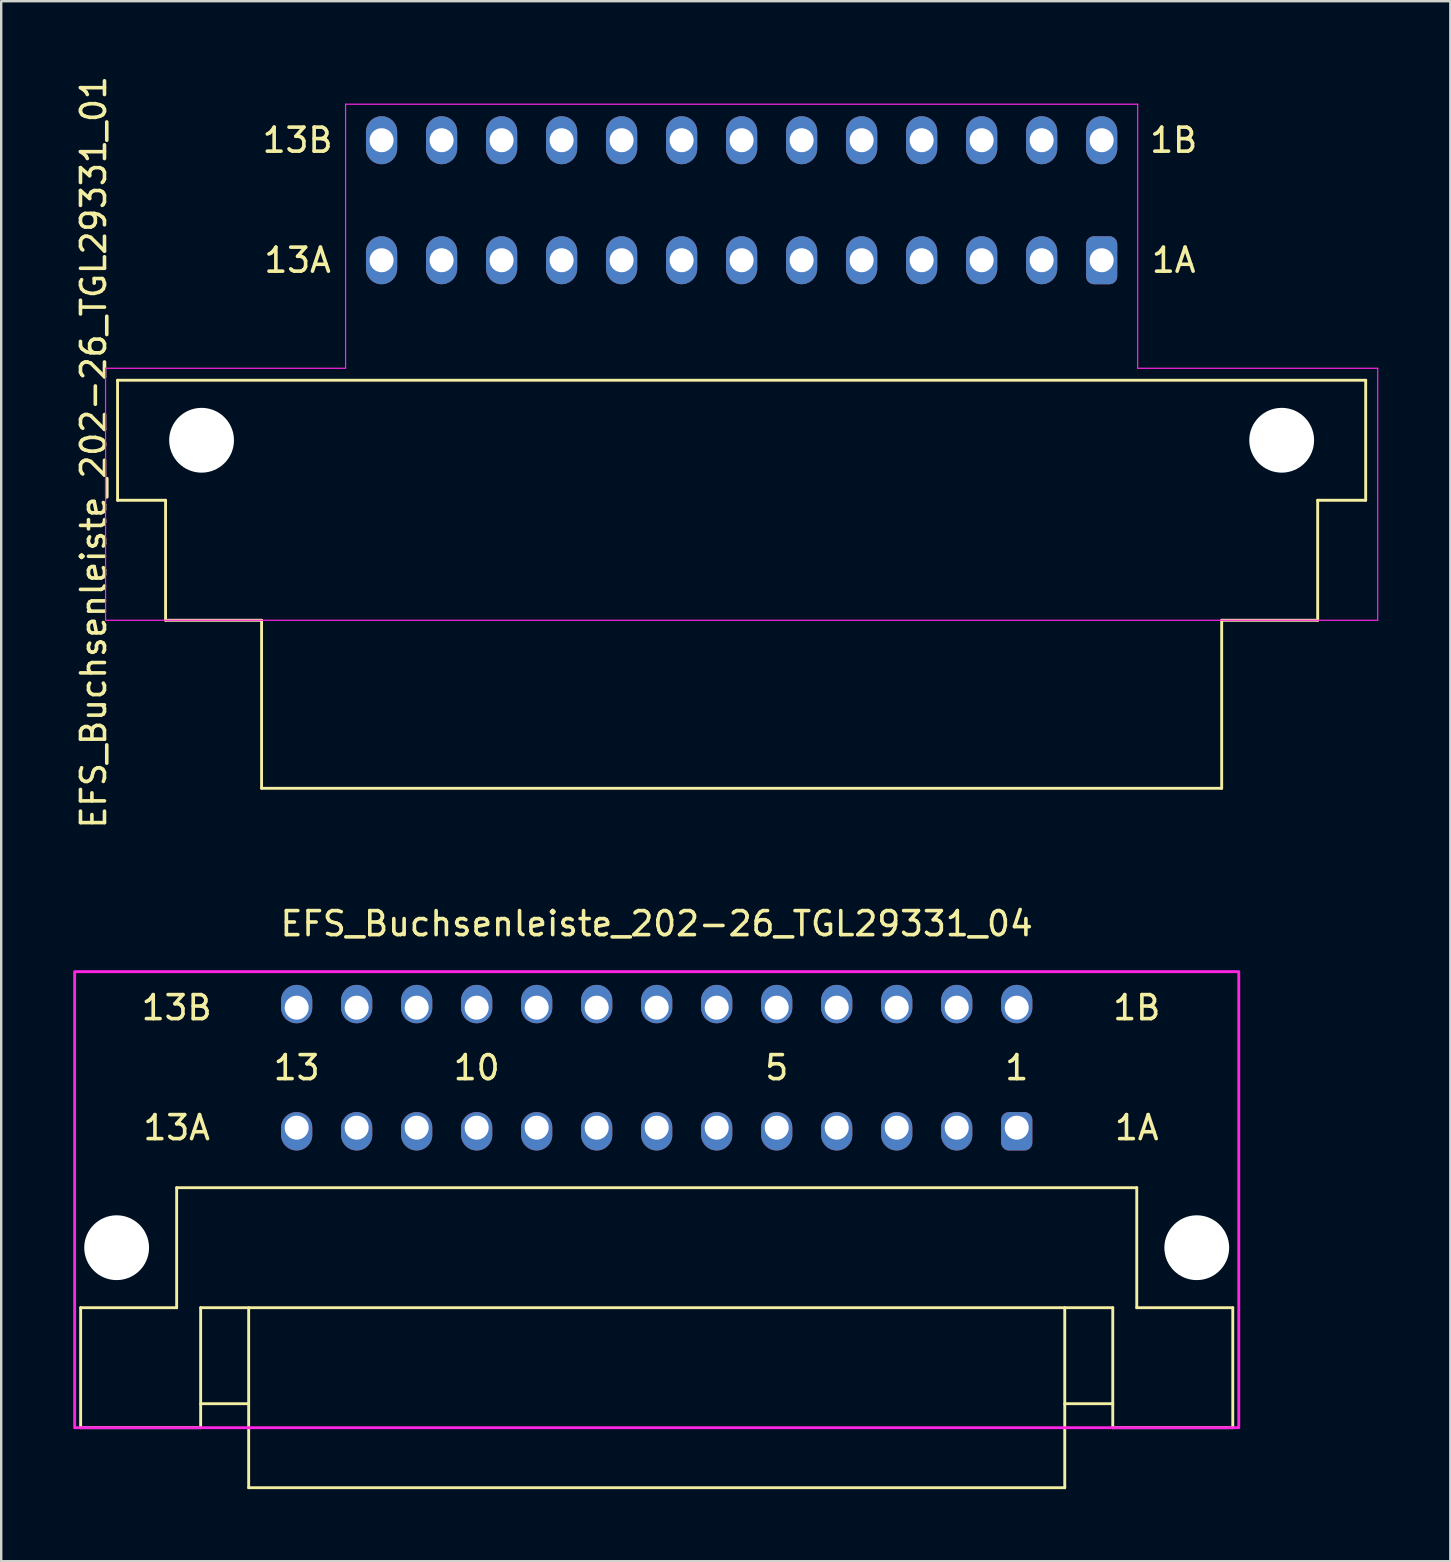
<source format=kicad_pcb>
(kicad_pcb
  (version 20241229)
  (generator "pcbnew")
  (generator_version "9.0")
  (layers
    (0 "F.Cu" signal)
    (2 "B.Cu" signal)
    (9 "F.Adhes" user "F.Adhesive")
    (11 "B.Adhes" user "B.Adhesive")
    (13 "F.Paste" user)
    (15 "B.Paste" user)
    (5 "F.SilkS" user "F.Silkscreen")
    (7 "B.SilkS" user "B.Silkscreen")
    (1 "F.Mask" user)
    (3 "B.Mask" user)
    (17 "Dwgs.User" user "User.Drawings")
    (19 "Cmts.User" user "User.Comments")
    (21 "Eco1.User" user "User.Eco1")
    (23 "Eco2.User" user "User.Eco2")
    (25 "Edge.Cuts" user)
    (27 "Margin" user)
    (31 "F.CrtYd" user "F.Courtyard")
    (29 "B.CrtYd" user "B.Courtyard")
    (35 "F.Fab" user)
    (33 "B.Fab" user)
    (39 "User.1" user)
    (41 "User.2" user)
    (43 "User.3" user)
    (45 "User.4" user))
  (footprint "EFS_Buchsenleiste_202-26_TGL29331_01"
    (layer "F.Cu")
    (at 27.848 20.292)
    (property "Reference" "EFS_Buchsenleiste_202-26_TGL29331_01" (at -27 -4.5 90) (layer "F.SilkS") (effects (font (size 1 1) (thickness 0.15))))
    (attr through_hole)
    (fp_line (start -26 -7.5) (end -26 -2.5) (stroke (width 0.12) (type solid)) (layer "F.SilkS"))
    (fp_line (start -26 -7.5) (end 26 -7.5) (stroke (width 0.12) (type solid)) (layer "F.SilkS"))
    (fp_line (start -26 -2.5) (end -24 -2.5) (stroke (width 0.12) (type solid)) (layer "F.SilkS"))
    (fp_line (start -24 -2.5) (end -24 2.5) (stroke (width 0.12) (type solid)) (layer "F.SilkS"))
    (fp_line (start -24 2.5) (end -20 2.5) (stroke (width 0.12) (type solid)) (layer "F.SilkS"))
    (fp_line (start -20 2.5) (end -20 9.5) (stroke (width 0.12) (type solid)) (layer "F.SilkS"))
    (fp_line (start -20 9.5) (end 20 9.5) (stroke (width 0.12) (type solid)) (layer "F.SilkS"))
    (fp_line (start 20 2.5) (end 24 2.5) (stroke (width 0.12) (type solid)) (layer "F.SilkS"))
    (fp_line (start 20 9.5) (end 20 2.5) (stroke (width 0.12) (type solid)) (layer "F.SilkS"))
    (fp_line (start 24 -2.5) (end 26 -2.5) (stroke (width 0.12) (type solid)) (layer "F.SilkS"))
    (fp_line (start 24 2.5) (end 24 -2.5) (stroke (width 0.12) (type solid)) (layer "F.SilkS"))
    (fp_line (start 26 -2.5) (end 26 -7.5) (stroke (width 0.12) (type solid)) (layer "F.SilkS"))
    (fp_line (start -26.5 2.5) (end -26.5 -8) (stroke (width 0.05) (type solid)) (layer "F.CrtYd"))
    (fp_line (start -16.5 -19) (end 16.5 -19) (stroke (width 0.05) (type solid)) (layer "F.CrtYd"))
    (fp_line (start -16.5 -8) (end -26.5 -8) (stroke (width 0.05) (type solid)) (layer "F.CrtYd"))
    (fp_line (start -16.5 -8) (end -16.5 -19) (stroke (width 0.05) (type solid)) (layer "F.CrtYd"))
    (fp_line (start 16.5 -19) (end 16.5 -8) (stroke (width 0.05) (type solid)) (layer "F.CrtYd"))
    (fp_line (start 16.5 -8) (end 26.5 -8) (stroke (width 0.05) (type solid)) (layer "F.CrtYd"))
    (fp_line (start 26.5 -8) (end 26.5 2.5) (stroke (width 0.05) (type solid)) (layer "F.CrtYd"))
    (fp_line (start 26.5 2.5) (end -26.5 2.5) (stroke (width 0.05) (type solid)) (layer "F.CrtYd"))
    (fp_text user "1B" (at 18 -17.5 0) (layer "F.SilkS") (effects (font (size 1 1) (thickness 0.15))))
    (fp_text user "1A" (at 18 -12.5 0) (layer "F.SilkS") (effects (font (size 1 1) (thickness 0.15))))
    (fp_text user "13A" (at -18.5 -12.5 0) (layer "F.SilkS") (effects (font (size 1 1) (thickness 0.15))))
    (fp_text user "13B" (at -18.5 -17.5 0) (layer "F.SilkS") (effects (font (size 1 1) (thickness 0.15))))
    (pad "" np_thru_hole circle (at -22.5 -5) (size 2.7 2.7) (drill 2.7) (layers "*.Cu" "*.Mask"))
    (pad "" np_thru_hole circle (at 22.5 -5) (size 2.7 2.7) (drill 2.7) (layers "*.Cu" "*.Mask"))
    (pad "1a" thru_hole roundrect (at 15 -12.5) (size 1.3 2) (drill 1) (layers "*.Cu" "*.Mask") (roundrect_rratio 0.25))
    (pad "1b" thru_hole oval (at 15 -17.5) (size 1.3 2) (drill 1) (layers "*.Cu" "*.Mask"))
    (pad "2a" thru_hole oval (at 12.5 -12.5) (size 1.3 2) (drill 1) (layers "*.Cu" "*.Mask"))
    (pad "2b" thru_hole oval (at 12.5 -17.5) (size 1.3 2) (drill 1) (layers "*.Cu" "*.Mask"))
    (pad "3a" thru_hole oval (at 10 -12.5) (size 1.3 2) (drill 1) (layers "*.Cu" "*.Mask"))
    (pad "3b" thru_hole oval (at 10 -17.5) (size 1.3 2) (drill 1) (layers "*.Cu" "*.Mask"))
    (pad "4a" thru_hole oval (at 7.5 -12.5) (size 1.3 2) (drill 1) (layers "*.Cu" "*.Mask"))
    (pad "4b" thru_hole oval (at 7.5 -17.5) (size 1.3 2) (drill 1) (layers "*.Cu" "*.Mask"))
    (pad "5a" thru_hole oval (at 5 -12.5) (size 1.3 2) (drill 1) (layers "*.Cu" "*.Mask"))
    (pad "5b" thru_hole oval (at 5 -17.5) (size 1.3 2) (drill 1) (layers "*.Cu" "*.Mask"))
    (pad "6a" thru_hole oval (at 2.5 -12.5) (size 1.3 2) (drill 1) (layers "*.Cu" "*.Mask"))
    (pad "6b" thru_hole oval (at 2.5 -17.5) (size 1.3 2) (drill 1) (layers "*.Cu" "*.Mask"))
    (pad "7a" thru_hole oval (at 0 -12.5) (size 1.3 2) (drill 1) (layers "*.Cu" "*.Mask"))
    (pad "7b" thru_hole oval (at 0 -17.5) (size 1.3 2) (drill 1) (layers "*.Cu" "*.Mask"))
    (pad "8a" thru_hole oval (at -2.5 -12.5) (size 1.3 2) (drill 1) (layers "*.Cu" "*.Mask"))
    (pad "8b" thru_hole oval (at -2.5 -17.5) (size 1.3 2) (drill 1) (layers "*.Cu" "*.Mask"))
    (pad "9a" thru_hole oval (at -5 -12.5) (size 1.3 2) (drill 1) (layers "*.Cu" "*.Mask"))
    (pad "9b" thru_hole oval (at -5 -17.5) (size 1.3 2) (drill 1) (layers "*.Cu" "*.Mask"))
    (pad "10a" thru_hole oval (at -7.5 -12.5) (size 1.3 2) (drill 1) (layers "*.Cu" "*.Mask"))
    (pad "10b" thru_hole oval (at -7.5 -17.5) (size 1.3 2) (drill 1) (layers "*.Cu" "*.Mask"))
    (pad "11a" thru_hole oval (at -10 -12.5) (size 1.3 2) (drill 1) (layers "*.Cu" "*.Mask"))
    (pad "11b" thru_hole oval (at -10 -17.5) (size 1.3 2) (drill 1) (layers "*.Cu" "*.Mask"))
    (pad "12a" thru_hole oval (at -12.5 -12.5) (size 1.3 2) (drill 1) (layers "*.Cu" "*.Mask"))
    (pad "12b" thru_hole oval (at -12.5 -17.5) (size 1.3 2) (drill 1) (layers "*.Cu" "*.Mask"))
    (pad "13a" thru_hole oval (at -15 -12.5) (size 1.3 2) (drill 1) (layers "*.Cu" "*.Mask"))
    (pad "13b" thru_hole oval (at -15 -17.5) (size 1.3 2) (drill 1) (layers "*.Cu" "*.Mask")))
  (footprint "EFS_Buchsenleiste_202-26_TGL29331_04"
    (layer "F.Cu")
    (at 24.31 56.432)
    (property "Reference" "EFS_Buchsenleiste_202-26_TGL29331_04" (at 0 -21 0) (layer "F.SilkS") (effects (font (size 1 1) (thickness 0.15))))
    (attr through_hole)
    (fp_line (start -24 -5) (end -24 0) (stroke (width 0.12) (type solid)) (layer "F.SilkS"))
    (fp_line (start -24 -5) (end -20 -5) (stroke (width 0.12) (type solid)) (layer "F.SilkS"))
    (fp_line (start -24 0) (end -19 0) (stroke (width 0.12) (type solid)) (layer "F.SilkS"))
    (fp_line (start -20 -10) (end -20 -5) (stroke (width 0.12) (type solid)) (layer "F.SilkS"))
    (fp_line (start -19 -5) (end -19 0) (stroke (width 0.12) (type solid)) (layer "F.SilkS"))
    (fp_line (start -19 -5) (end 19 -5) (stroke (width 0.12) (type solid)) (layer "F.SilkS"))
    (fp_line (start -17 -1) (end -19 -1) (stroke (width 0.12) (type solid)) (layer "F.SilkS"))
    (fp_line (start -17 2.5) (end -17 -5) (stroke (width 0.12) (type solid)) (layer "F.SilkS"))
    (fp_line (start -17 2.5) (end 17 2.5) (stroke (width 0.12) (type solid)) (layer "F.SilkS"))
    (fp_line (start 17 2.5) (end 17 -5) (stroke (width 0.12) (type solid)) (layer "F.SilkS"))
    (fp_line (start 19 -5) (end 19 0) (stroke (width 0.12) (type solid)) (layer "F.SilkS"))
    (fp_line (start 19 -1) (end 17 -1) (stroke (width 0.12) (type solid)) (layer "F.SilkS"))
    (fp_line (start 19 0) (end 24 0) (stroke (width 0.12) (type solid)) (layer "F.SilkS"))
    (fp_line (start 20 -10) (end -20 -10) (stroke (width 0.12) (type solid)) (layer "F.SilkS"))
    (fp_line (start 20 -10) (end 20 -5) (stroke (width 0.12) (type solid)) (layer "F.SilkS"))
    (fp_line (start 20 -5) (end 24 -5) (stroke (width 0.12) (type solid)) (layer "F.SilkS"))
    (fp_line (start 24 -5) (end 24 0) (stroke (width 0.12) (type solid)) (layer "F.SilkS"))
    (fp_rect (start -24.25 -19) (end 24.25 0) (stroke (width 0.12) (type solid)) (fill no) (layer "F.CrtYd"))
    (fp_text user "10" (at -7.5 -15 180) (layer "F.SilkS") (effects (font (size 1 1) (thickness 0.15))))
    (fp_text user "5" (at 5 -15 180) (layer "F.SilkS") (effects (font (size 1 1) (thickness 0.15))))
    (fp_text user "13" (at -15 -15 180) (layer "F.SilkS") (effects (font (size 1 1) (thickness 0.15))))
    (fp_text user "1B" (at 20 -17.5 180) (layer "F.SilkS") (effects (font (size 1 1) (thickness 0.15))))
    (fp_text user "1" (at 15 -15 180) (layer "F.SilkS") (effects (font (size 1 1) (thickness 0.15))))
    (fp_text user "13A" (at -20 -12.5 180) (layer "F.SilkS") (effects (font (size 1 1) (thickness 0.15))))
    (fp_text user "1A" (at 20 -12.5 180) (layer "F.SilkS") (effects (font (size 1 1) (thickness 0.15))))
    (fp_text user "13B" (at -20 -17.5 180) (layer "F.SilkS") (effects (font (size 1 1) (thickness 0.15))))
    (pad "" np_thru_hole circle (at -22.5 -7.5 180) (size 2.7 2.7) (drill 2.7) (layers "*.Cu" "*.Mask"))
    (pad "" np_thru_hole circle (at 22.5 -7.5 180) (size 2.7 2.7) (drill 2.7) (layers "*.Cu" "*.Mask"))
    (pad "1a" thru_hole roundrect (at 15 -12.5 180) (size 1.3 1.6) (drill 1 (offset 0 -0.15)) (layers "*.Cu" "*.Mask") (roundrect_rratio 0.25))
    (pad "1b" thru_hole oval (at 15 -17.5 180) (size 1.3 1.6) (drill 1 (offset 0 0.15)) (layers "*.Cu" "*.Mask"))
    (pad "2a" thru_hole oval (at 12.5 -12.5 180) (size 1.3 1.6) (drill 1 (offset 0 -0.15)) (layers "*.Cu" "*.Mask"))
    (pad "2b" thru_hole oval (at 12.5 -17.5 180) (size 1.3 1.6) (drill 1 (offset 0 0.15)) (layers "*.Cu" "*.Mask"))
    (pad "3a" thru_hole oval (at 10 -12.5 180) (size 1.3 1.6) (drill 1 (offset 0 -0.15)) (layers "*.Cu" "*.Mask"))
    (pad "3b" thru_hole oval (at 10 -17.5 180) (size 1.3 1.6) (drill 1 (offset 0 0.15)) (layers "*.Cu" "*.Mask"))
    (pad "4a" thru_hole oval (at 7.5 -12.5 180) (size 1.3 1.6) (drill 1 (offset 0 -0.15)) (layers "*.Cu" "*.Mask"))
    (pad "4b" thru_hole oval (at 7.5 -17.5 180) (size 1.3 1.6) (drill 1 (offset 0 0.15)) (layers "*.Cu" "*.Mask"))
    (pad "5a" thru_hole oval (at 5 -12.5 180) (size 1.3 1.6) (drill 1 (offset 0 -0.15)) (layers "*.Cu" "*.Mask"))
    (pad "5b" thru_hole oval (at 5 -17.5 180) (size 1.3 1.6) (drill 1 (offset 0 0.15)) (layers "*.Cu" "*.Mask"))
    (pad "6a" thru_hole oval (at 2.5 -12.5 180) (size 1.3 1.6) (drill 1 (offset 0 -0.15)) (layers "*.Cu" "*.Mask"))
    (pad "6b" thru_hole oval (at 2.5 -17.5 180) (size 1.3 1.6) (drill 1 (offset 0 0.15)) (layers "*.Cu" "*.Mask"))
    (pad "7a" thru_hole oval (at 0 -12.5 180) (size 1.3 1.6) (drill 1 (offset 0 -0.15)) (layers "*.Cu" "*.Mask"))
    (pad "7b" thru_hole oval (at 0 -17.5 180) (size 1.3 1.6) (drill 1 (offset 0 0.15)) (layers "*.Cu" "*.Mask"))
    (pad "8a" thru_hole oval (at -2.5 -12.5 180) (size 1.3 1.6) (drill 1 (offset 0 -0.15)) (layers "*.Cu" "*.Mask"))
    (pad "8b" thru_hole oval (at -2.5 -17.5 180) (size 1.3 1.6) (drill 1 (offset 0 0.15)) (layers "*.Cu" "*.Mask"))
    (pad "9a" thru_hole oval (at -5 -12.5 180) (size 1.3 1.6) (drill 1 (offset 0 -0.15)) (layers "*.Cu" "*.Mask"))
    (pad "9b" thru_hole oval (at -5 -17.5 180) (size 1.3 1.6) (drill 1 (offset 0 0.15)) (layers "*.Cu" "*.Mask"))
    (pad "10a" thru_hole oval (at -7.5 -12.5 180) (size 1.3 1.6) (drill 1 (offset 0 -0.15)) (layers "*.Cu" "*.Mask"))
    (pad "10b" thru_hole oval (at -7.5 -17.5 180) (size 1.3 1.6) (drill 1 (offset 0 0.15)) (layers "*.Cu" "*.Mask"))
    (pad "11a" thru_hole oval (at -10 -12.5 180) (size 1.3 1.6) (drill 1 (offset 0 -0.15)) (layers "*.Cu" "*.Mask"))
    (pad "11b" thru_hole oval (at -10 -17.5 180) (size 1.3 1.6) (drill 1 (offset 0 0.15)) (layers "*.Cu" "*.Mask"))
    (pad "12a" thru_hole oval (at -12.5 -12.5 180) (size 1.3 1.6) (drill 1 (offset 0 -0.15)) (layers "*.Cu" "*.Mask"))
    (pad "12b" thru_hole oval (at -12.5 -17.5 180) (size 1.3 1.6) (drill 1 (offset 0 0.15)) (layers "*.Cu" "*.Mask"))
    (pad "13a" thru_hole oval (at -15 -12.5 180) (size 1.3 1.6) (drill 1 (offset 0 -0.15)) (layers "*.Cu" "*.Mask"))
    (pad "13b" thru_hole oval (at -15 -17.5 180) (size 1.3 1.6) (drill 1 (offset 0 0.15)) (layers "*.Cu" "*.Mask")))
  (gr_rect
    (start -3 -3)
    (end 57.373 61.992)
    (stroke (width 0.1) (type default))
    (fill no)
    (layer "Edge.Cuts")))
</source>
